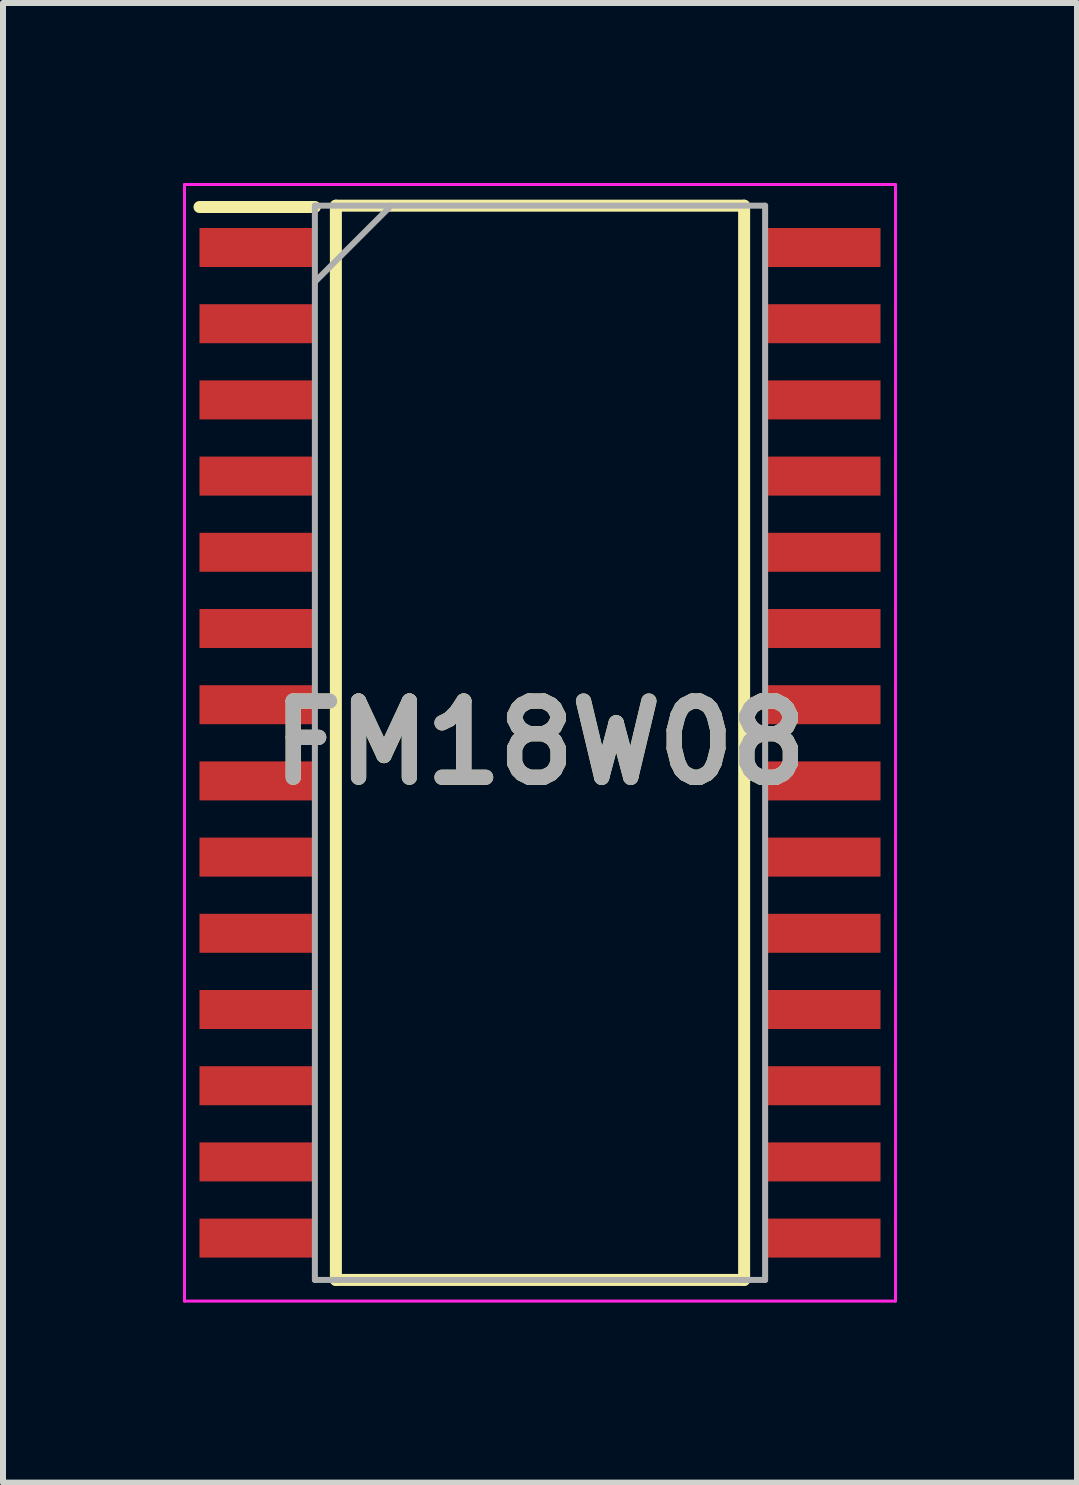
<source format=kicad_pcb>
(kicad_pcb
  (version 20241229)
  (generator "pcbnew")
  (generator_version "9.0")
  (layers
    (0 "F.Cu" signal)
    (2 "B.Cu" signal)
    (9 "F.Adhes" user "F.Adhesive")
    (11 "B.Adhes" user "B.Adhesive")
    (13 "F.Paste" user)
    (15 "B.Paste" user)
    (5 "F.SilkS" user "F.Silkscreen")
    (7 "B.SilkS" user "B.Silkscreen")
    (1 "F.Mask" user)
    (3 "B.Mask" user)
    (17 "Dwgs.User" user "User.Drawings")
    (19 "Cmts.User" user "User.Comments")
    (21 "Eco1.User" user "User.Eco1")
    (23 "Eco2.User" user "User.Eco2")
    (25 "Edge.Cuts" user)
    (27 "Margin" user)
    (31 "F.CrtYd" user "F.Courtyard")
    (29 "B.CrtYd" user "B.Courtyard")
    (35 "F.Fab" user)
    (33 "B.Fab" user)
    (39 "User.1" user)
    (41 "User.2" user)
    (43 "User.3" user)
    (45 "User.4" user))
  (footprint "FM18W08"
    (layer "F.Cu")
    (at 5.95 9.33)
    (property "Reference" "FM18W08" (at 0 0 0) (layer "F.SilkS") (effects (font (size 1.27 1.27) (thickness 0.254))))
    (attr smd)
    (fp_line (start -5.675 -8.93) (end -3.752 -8.93) (stroke (width 0.2) (type solid)) (layer "F.SilkS"))
    (fp_line (start -3.402 -8.952) (end 3.402 -8.952) (stroke (width 0.2) (type solid)) (layer "F.SilkS"))
    (fp_line (start -3.402 8.952) (end -3.402 -8.952) (stroke (width 0.2) (type solid)) (layer "F.SilkS"))
    (fp_line (start 3.402 -8.952) (end 3.402 8.952) (stroke (width 0.2) (type solid)) (layer "F.SilkS"))
    (fp_line (start 3.402 8.952) (end -3.402 8.952) (stroke (width 0.2) (type solid)) (layer "F.SilkS"))
    (fp_line (start -5.925 -9.305) (end 5.925 -9.305) (stroke (width 0.05) (type solid)) (layer "F.CrtYd"))
    (fp_line (start -5.925 9.305) (end -5.925 -9.305) (stroke (width 0.05) (type solid)) (layer "F.CrtYd"))
    (fp_line (start 5.925 -9.305) (end 5.925 9.305) (stroke (width 0.05) (type solid)) (layer "F.CrtYd"))
    (fp_line (start 5.925 9.305) (end -5.925 9.305) (stroke (width 0.05) (type solid)) (layer "F.CrtYd"))
    (fp_line (start -3.752 -8.952) (end 3.752 -8.952) (stroke (width 0.1) (type solid)) (layer "F.Fab"))
    (fp_line (start -3.752 -7.682) (end -2.482 -8.952) (stroke (width 0.1) (type solid)) (layer "F.Fab"))
    (fp_line (start -3.752 8.952) (end -3.752 -8.952) (stroke (width 0.1) (type solid)) (layer "F.Fab"))
    (fp_line (start 3.752 -8.952) (end 3.752 8.952) (stroke (width 0.1) (type solid)) (layer "F.Fab"))
    (fp_line (start 3.752 8.952) (end -3.752 8.952) (stroke (width 0.1) (type solid)) (layer "F.Fab"))
    (fp_text user "${REFERENCE}" (at 0 0 0) (layer "F.Fab") (effects (font (size 1.27 1.27) (thickness 0.254))))
    (pad "1" smd rect (at -4.714 -8.255 90) (size 0.65 1.922) (layers "F.Cu" "F.Mask" "F.Paste"))
    (pad "2" smd rect (at -4.714 -6.985 90) (size 0.65 1.922) (layers "F.Cu" "F.Mask" "F.Paste"))
    (pad "3" smd rect (at -4.714 -5.715 90) (size 0.65 1.922) (layers "F.Cu" "F.Mask" "F.Paste"))
    (pad "4" smd rect (at -4.714 -4.445 90) (size 0.65 1.922) (layers "F.Cu" "F.Mask" "F.Paste"))
    (pad "5" smd rect (at -4.714 -3.175 90) (size 0.65 1.922) (layers "F.Cu" "F.Mask" "F.Paste"))
    (pad "6" smd rect (at -4.714 -1.905 90) (size 0.65 1.922) (layers "F.Cu" "F.Mask" "F.Paste"))
    (pad "7" smd rect (at -4.714 -0.635 90) (size 0.65 1.922) (layers "F.Cu" "F.Mask" "F.Paste"))
    (pad "8" smd rect (at -4.714 0.635 90) (size 0.65 1.922) (layers "F.Cu" "F.Mask" "F.Paste"))
    (pad "9" smd rect (at -4.714 1.905 90) (size 0.65 1.922) (layers "F.Cu" "F.Mask" "F.Paste"))
    (pad "10" smd rect (at -4.714 3.175 90) (size 0.65 1.922) (layers "F.Cu" "F.Mask" "F.Paste"))
    (pad "11" smd rect (at -4.714 4.445 90) (size 0.65 1.922) (layers "F.Cu" "F.Mask" "F.Paste"))
    (pad "12" smd rect (at -4.714 5.715 90) (size 0.65 1.922) (layers "F.Cu" "F.Mask" "F.Paste"))
    (pad "13" smd rect (at -4.714 6.985 90) (size 0.65 1.922) (layers "F.Cu" "F.Mask" "F.Paste"))
    (pad "14" smd rect (at -4.714 8.255 90) (size 0.65 1.922) (layers "F.Cu" "F.Mask" "F.Paste"))
    (pad "15" smd rect (at 4.714 8.255 90) (size 0.65 1.922) (layers "F.Cu" "F.Mask" "F.Paste"))
    (pad "16" smd rect (at 4.714 6.985 90) (size 0.65 1.922) (layers "F.Cu" "F.Mask" "F.Paste"))
    (pad "17" smd rect (at 4.714 5.715 90) (size 0.65 1.922) (layers "F.Cu" "F.Mask" "F.Paste"))
    (pad "18" smd rect (at 4.714 4.445 90) (size 0.65 1.922) (layers "F.Cu" "F.Mask" "F.Paste"))
    (pad "19" smd rect (at 4.714 3.175 90) (size 0.65 1.922) (layers "F.Cu" "F.Mask" "F.Paste"))
    (pad "20" smd rect (at 4.714 1.905 90) (size 0.65 1.922) (layers "F.Cu" "F.Mask" "F.Paste"))
    (pad "21" smd rect (at 4.714 0.635 90) (size 0.65 1.922) (layers "F.Cu" "F.Mask" "F.Paste"))
    (pad "22" smd rect (at 4.714 -0.635 90) (size 0.65 1.922) (layers "F.Cu" "F.Mask" "F.Paste"))
    (pad "23" smd rect (at 4.714 -1.905 90) (size 0.65 1.922) (layers "F.Cu" "F.Mask" "F.Paste"))
    (pad "24" smd rect (at 4.714 -3.175 90) (size 0.65 1.922) (layers "F.Cu" "F.Mask" "F.Paste"))
    (pad "25" smd rect (at 4.714 -4.445 90) (size 0.65 1.922) (layers "F.Cu" "F.Mask" "F.Paste"))
    (pad "26" smd rect (at 4.714 -5.715 90) (size 0.65 1.922) (layers "F.Cu" "F.Mask" "F.Paste"))
    (pad "27" smd rect (at 4.714 -6.985 90) (size 0.65 1.922) (layers "F.Cu" "F.Mask" "F.Paste"))
    (pad "28" smd rect (at 4.714 -8.255 90) (size 0.65 1.922) (layers "F.Cu" "F.Mask" "F.Paste")))
  (gr_rect
    (start -3 -3)
    (end 14.9 21.66)
    (stroke (width 0.1) (type default))
    (fill no)
    (layer "Edge.Cuts")))
</source>
